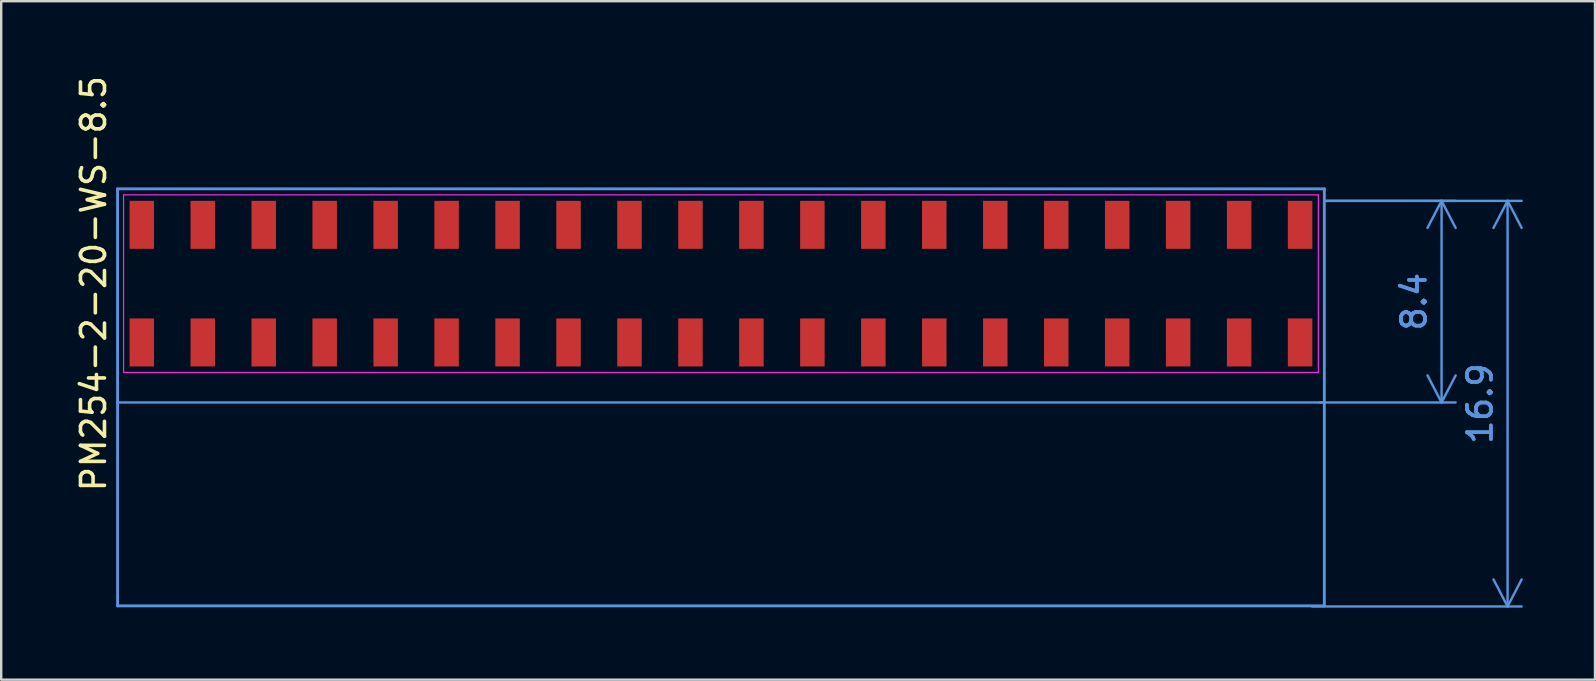
<source format=kicad_pcb>
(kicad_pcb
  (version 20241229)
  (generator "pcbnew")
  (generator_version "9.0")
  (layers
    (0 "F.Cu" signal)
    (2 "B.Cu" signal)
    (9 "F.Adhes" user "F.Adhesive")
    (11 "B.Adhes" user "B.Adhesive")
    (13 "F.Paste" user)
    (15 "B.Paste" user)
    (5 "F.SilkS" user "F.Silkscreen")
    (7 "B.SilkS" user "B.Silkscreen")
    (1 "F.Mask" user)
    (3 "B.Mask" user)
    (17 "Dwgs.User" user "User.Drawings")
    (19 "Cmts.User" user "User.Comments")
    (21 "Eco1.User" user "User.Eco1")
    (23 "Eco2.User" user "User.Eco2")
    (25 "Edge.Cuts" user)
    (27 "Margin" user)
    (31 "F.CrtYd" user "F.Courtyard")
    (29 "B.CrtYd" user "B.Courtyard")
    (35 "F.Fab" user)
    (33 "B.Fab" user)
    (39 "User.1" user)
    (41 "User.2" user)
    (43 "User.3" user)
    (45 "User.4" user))
  (footprint "PM254-2-20-WS-8.5"
    (layer "F.Cu")
    (at 26.988 8.768)
    (property "Reference" "PM254-2-20-WS-8.5" (at -26.14 0 90) (layer "F.SilkS") (effects (font (size 1 1) (thickness 0.15))))
    (attr smd)
    (fp_line (start -25.14 -3.95) (end 25.14 -3.95) (stroke (width 0.12) (type default)) (layer "Cmts.User"))
    (fp_line (start -25.14 13.425) (end -25.14 -3.95) (stroke (width 0.12) (type default)) (layer "Cmts.User"))
    (fp_line (start 25.14 -3.95) (end 25.14 13.425) (stroke (width 0.12) (type default)) (layer "Cmts.User"))
    (fp_line (start 25.14 4.95) (end -25.125 4.95) (stroke (width 0.1) (type default)) (layer "Cmts.User"))
    (fp_line (start 25.14 13.425) (end -25.14 13.425) (stroke (width 0.12) (type default)) (layer "Cmts.User"))
    (fp_line (start -24.89 -3.7) (end 24.89 -3.7) (stroke (width 0.05) (type default)) (layer "F.CrtYd"))
    (fp_line (start -24.89 3.7) (end -24.89 -3.7) (stroke (width 0.05) (type default)) (layer "F.CrtYd"))
    (fp_line (start 24.89 -3.7) (end 24.89 3.7) (stroke (width 0.05) (type default)) (layer "F.CrtYd"))
    (fp_line (start 24.89 3.7) (end -24.89 3.7) (stroke (width 0.05) (type default)) (layer "F.CrtYd"))
    (dimension (type orthogonal) (layer "Cmts.User") (pts (xy 51.628 5.318) (xy 51.118 22.218)) (height 8.135) (orientation 1) (format (prefix "") (suffix "") (units 3) (units_format 0) (precision 4) (suppress_zeroes yes)) (style (thickness 0.1) (arrow_length 1.27) (text_position_mode 0) (arrow_direction outward) (extension_height 0.586) (extension_offset 0.5) (keep_text_aligned yes)) (gr_text "16.9" (at 58.613 13.768 90) (layer "Cmts.User") (effects (font (size 1 1) (thickness 0.15)))))
    (dimension (type orthogonal) (layer "Cmts.User") (pts (xy 51.628 5.318) (xy 51.438 13.718)) (height 5.385) (orientation 1) (format (prefix "") (suffix "") (units 3) (units_format 0) (precision 4) (suppress_zeroes yes)) (style (thickness 0.1) (arrow_length 1.27) (text_position_mode 0) (arrow_direction outward) (extension_height 0.586) (extension_offset 0.5) (keep_text_aligned yes)) (gr_text "8.4" (at 55.863 9.518 90) (layer "Cmts.User") (effects (font (size 1 1) (thickness 0.15)))))
    (pad "1" smd rect (at 24.13 -2.45) (size 1.02 2) (layers "F.Cu" "F.Mask" "F.Paste"))
    (pad "2" smd rect (at 24.13 2.45) (size 1.02 2) (layers "F.Cu" "F.Mask" "F.Paste"))
    (pad "3" smd rect (at 21.59 -2.45) (size 1.02 2) (layers "F.Cu" "F.Mask" "F.Paste"))
    (pad "4" smd rect (at 21.59 2.45) (size 1.02 2) (layers "F.Cu" "F.Mask" "F.Paste"))
    (pad "5" smd rect (at 19.05 -2.45) (size 1.02 2) (layers "F.Cu" "F.Mask" "F.Paste"))
    (pad "6" smd rect (at 19.05 2.45) (size 1.02 2) (layers "F.Cu" "F.Mask" "F.Paste"))
    (pad "7" smd rect (at 16.51 -2.45) (size 1.02 2) (layers "F.Cu" "F.Mask" "F.Paste"))
    (pad "8" smd rect (at 16.51 2.45) (size 1.02 2) (layers "F.Cu" "F.Mask" "F.Paste"))
    (pad "9" smd rect (at 13.97 -2.45) (size 1.02 2) (layers "F.Cu" "F.Mask" "F.Paste"))
    (pad "10" smd rect (at 13.97 2.45) (size 1.02 2) (layers "F.Cu" "F.Mask" "F.Paste"))
    (pad "11" smd rect (at 11.43 -2.45) (size 1.02 2) (layers "F.Cu" "F.Mask" "F.Paste"))
    (pad "12" smd rect (at 11.43 2.45) (size 1.02 2) (layers "F.Cu" "F.Mask" "F.Paste"))
    (pad "13" smd rect (at 8.89 -2.45) (size 1.02 2) (layers "F.Cu" "F.Mask" "F.Paste"))
    (pad "14" smd rect (at 8.89 2.45) (size 1.02 2) (layers "F.Cu" "F.Mask" "F.Paste"))
    (pad "15" smd rect (at 6.35 -2.45) (size 1.02 2) (layers "F.Cu" "F.Mask" "F.Paste"))
    (pad "16" smd rect (at 6.35 2.45) (size 1.02 2) (layers "F.Cu" "F.Mask" "F.Paste"))
    (pad "17" smd rect (at 3.81 -2.45) (size 1.02 2) (layers "F.Cu" "F.Mask" "F.Paste"))
    (pad "18" smd rect (at 3.81 2.45) (size 1.02 2) (layers "F.Cu" "F.Mask" "F.Paste"))
    (pad "19" smd rect (at 1.27 -2.45) (size 1.02 2) (layers "F.Cu" "F.Mask" "F.Paste"))
    (pad "20" smd rect (at 1.27 2.45) (size 1.02 2) (layers "F.Cu" "F.Mask" "F.Paste"))
    (pad "21" smd rect (at -1.27 -2.45) (size 1.02 2) (layers "F.Cu" "F.Mask" "F.Paste"))
    (pad "22" smd rect (at -1.27 2.45) (size 1.02 2) (layers "F.Cu" "F.Mask" "F.Paste"))
    (pad "23" smd rect (at -3.81 -2.45) (size 1.02 2) (layers "F.Cu" "F.Mask" "F.Paste"))
    (pad "24" smd rect (at -3.81 2.45) (size 1.02 2) (layers "F.Cu" "F.Mask" "F.Paste"))
    (pad "25" smd rect (at -6.35 -2.45) (size 1.02 2) (layers "F.Cu" "F.Mask" "F.Paste"))
    (pad "26" smd rect (at -6.35 2.45) (size 1.02 2) (layers "F.Cu" "F.Mask" "F.Paste"))
    (pad "27" smd rect (at -8.89 -2.45) (size 1.02 2) (layers "F.Cu" "F.Mask" "F.Paste"))
    (pad "28" smd rect (at -8.89 2.45) (size 1.02 2) (layers "F.Cu" "F.Mask" "F.Paste"))
    (pad "29" smd rect (at -11.43 -2.45) (size 1.02 2) (layers "F.Cu" "F.Mask" "F.Paste"))
    (pad "30" smd rect (at -11.43 2.45) (size 1.02 2) (layers "F.Cu" "F.Mask" "F.Paste"))
    (pad "31" smd rect (at -13.97 -2.45) (size 1.02 2) (layers "F.Cu" "F.Mask" "F.Paste"))
    (pad "32" smd rect (at -13.97 2.45) (size 1.02 2) (layers "F.Cu" "F.Mask" "F.Paste"))
    (pad "33" smd rect (at -16.51 -2.45) (size 1.02 2) (layers "F.Cu" "F.Mask" "F.Paste"))
    (pad "34" smd rect (at -16.51 2.45) (size 1.02 2) (layers "F.Cu" "F.Mask" "F.Paste"))
    (pad "35" smd rect (at -19.05 -2.45) (size 1.02 2) (layers "F.Cu" "F.Mask" "F.Paste"))
    (pad "36" smd rect (at -19.05 2.45) (size 1.02 2) (layers "F.Cu" "F.Mask" "F.Paste"))
    (pad "37" smd rect (at -21.59 -2.45) (size 1.02 2) (layers "F.Cu" "F.Mask" "F.Paste"))
    (pad "38" smd rect (at -21.59 2.45) (size 1.02 2) (layers "F.Cu" "F.Mask" "F.Paste"))
    (pad "39" smd rect (at -24.13 -2.45) (size 1.02 2) (layers "F.Cu" "F.Mask" "F.Paste"))
    (pad "40" smd rect (at -24.13 2.45) (size 1.02 2) (layers "F.Cu" "F.Mask" "F.Paste")))
  (gr_rect
    (start -3 -3)
    (end 63.405 25.268)
    (stroke (width 0.1) (type default))
    (fill no)
    (layer "Edge.Cuts")))
</source>
